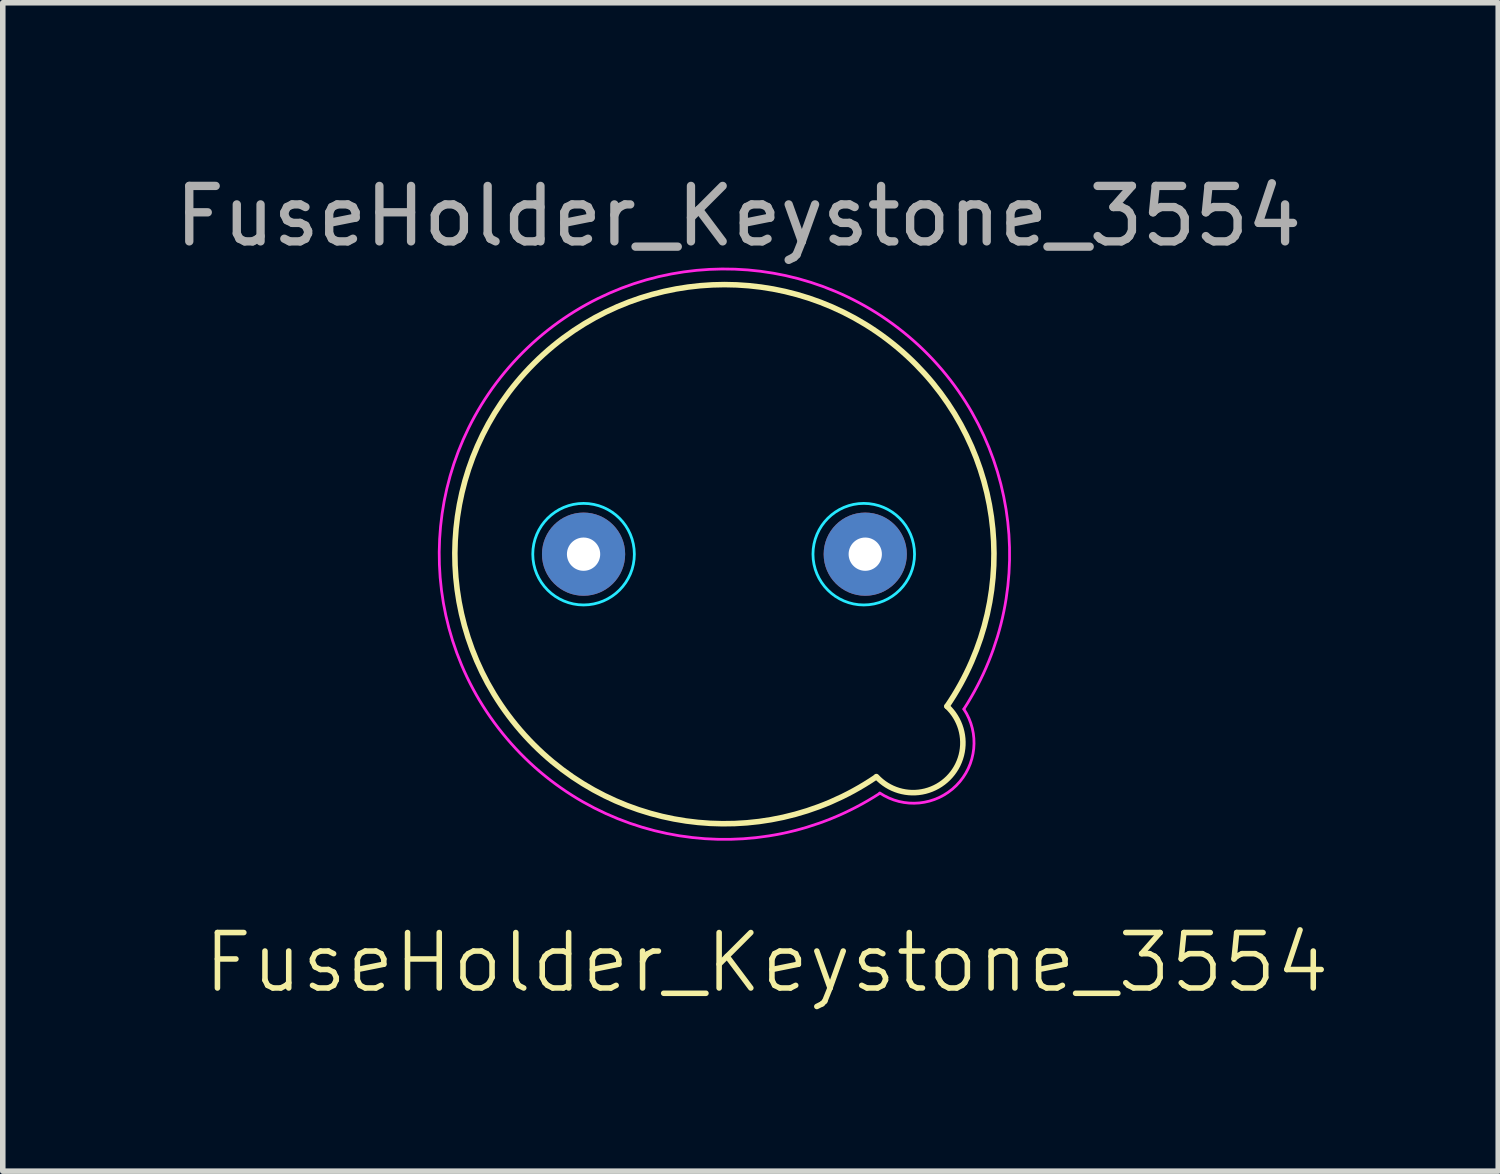
<source format=kicad_pcb>
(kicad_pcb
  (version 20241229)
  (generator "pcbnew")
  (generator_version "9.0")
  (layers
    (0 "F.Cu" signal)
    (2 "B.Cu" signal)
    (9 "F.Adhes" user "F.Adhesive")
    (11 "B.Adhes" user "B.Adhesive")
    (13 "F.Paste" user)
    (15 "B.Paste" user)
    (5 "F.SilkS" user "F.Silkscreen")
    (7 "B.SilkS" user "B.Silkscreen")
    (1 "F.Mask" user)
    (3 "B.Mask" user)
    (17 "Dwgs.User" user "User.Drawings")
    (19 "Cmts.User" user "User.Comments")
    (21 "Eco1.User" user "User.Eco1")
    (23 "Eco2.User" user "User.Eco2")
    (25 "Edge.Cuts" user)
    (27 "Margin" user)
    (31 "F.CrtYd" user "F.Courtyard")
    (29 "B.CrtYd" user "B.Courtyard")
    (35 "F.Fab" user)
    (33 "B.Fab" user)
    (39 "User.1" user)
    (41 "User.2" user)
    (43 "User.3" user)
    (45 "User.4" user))
  (footprint "FuseHolder_Keystone_3554"
    (layer "F.Cu")
    (at 7.474 6.944)
    (property "Reference" "FuseHolder_Keystone_3554" (at 3.302 7.366 0) (unlocked yes) (layer "F.SilkS") (effects (font (size 1 1) (thickness 0.1))))
    (attr through_hole)
    (fp_arc (start 5.26581 4.025031) (mid -0.889918 -3.44479) (end 6.5532 2.7432) (stroke (width 0.1) (type default)) (layer "F.SilkS"))
    (fp_arc (start 6.553199 2.743201) (mid 6.578034 4.040178) (end 5.281148 4.010968) (stroke (width 0.1) (type default)) (layer "F.SilkS"))
    (fp_circle (center 0 0) (end 0.508 0.762) (stroke (width 0.05) (type default)) (fill no) (layer "B.CrtYd"))
    (fp_circle (center 5.053 0) (end 5.561 0.762) (stroke (width 0.05) (type default)) (fill no) (layer "B.CrtYd"))
    (fp_arc (start 5.334 4.318) (mid -1.096727 -3.636727) (end 6.858 2.794) (stroke (width 0.05) (type default)) (layer "F.CrtYd"))
    (fp_arc (start 6.858 2.794) (mid 6.720947 4.172878) (end 5.34173 4.306481) (stroke (width 0.05) (type default)) (layer "F.CrtYd"))
    (fp_text user "${REFERENCE}" (at 2.794 -6.096 0) (unlocked yes) (layer "F.Fab") (effects (font (size 1 1) (thickness 0.15))))
    (pad "1" thru_hole circle (at 0 0) (size 1.5 1.5) (drill 0.6) (layers "*.Cu" "*.Mask"))
    (pad "2" thru_hole circle (at 5.08 0) (size 1.5 1.5) (drill 0.6) (layers "*.Cu" "*.Mask")))
  (gr_rect
    (start -3 -3)
    (end 23.969 18.071)
    (stroke (width 0.1) (type default))
    (fill no)
    (layer "Edge.Cuts")))
</source>
